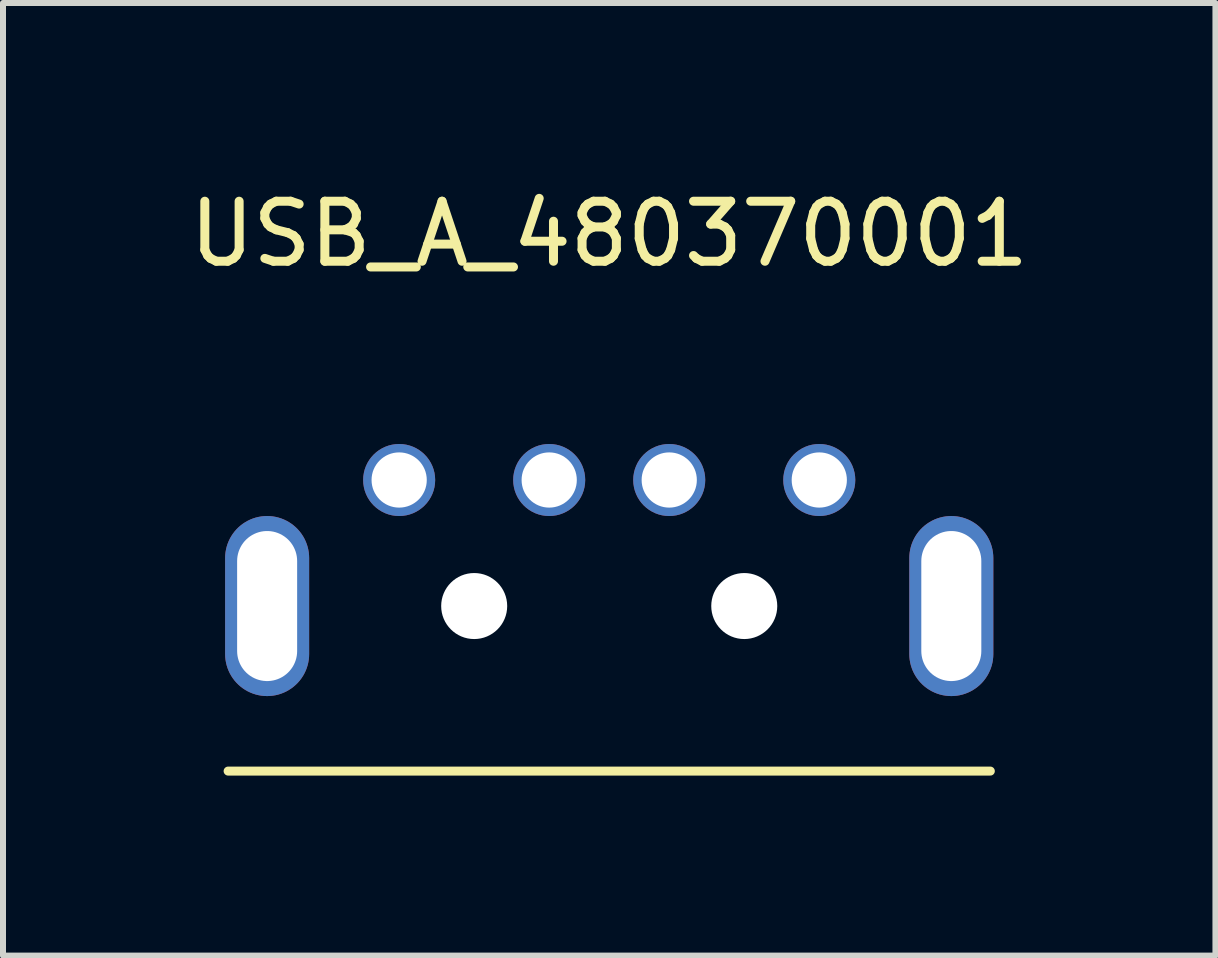
<source format=kicad_pcb>
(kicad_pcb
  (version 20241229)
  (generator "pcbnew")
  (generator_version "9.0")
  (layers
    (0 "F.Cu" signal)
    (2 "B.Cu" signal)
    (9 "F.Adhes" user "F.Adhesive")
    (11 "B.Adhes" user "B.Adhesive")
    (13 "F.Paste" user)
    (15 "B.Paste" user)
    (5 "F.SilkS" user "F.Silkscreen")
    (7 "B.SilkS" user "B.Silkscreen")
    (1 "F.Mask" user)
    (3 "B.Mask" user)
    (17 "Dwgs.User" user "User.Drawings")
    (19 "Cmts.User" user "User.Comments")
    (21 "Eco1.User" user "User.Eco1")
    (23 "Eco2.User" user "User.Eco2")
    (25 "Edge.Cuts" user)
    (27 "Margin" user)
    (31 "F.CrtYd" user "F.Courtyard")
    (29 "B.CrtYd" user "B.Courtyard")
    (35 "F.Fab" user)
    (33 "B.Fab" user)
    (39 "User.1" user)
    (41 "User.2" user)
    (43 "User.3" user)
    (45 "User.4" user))
  (footprint "USB_A_480370001"
    (layer "F.Cu")
    (at 7.101 7.048)
    (property "Reference" "USB_A_480370001" (at 0 -6.2 0) (layer "F.SilkS") (effects (font (size 1 1) (thickness 0.15))))
    (attr through_hole)
    (fp_line (start -6.35 2.75) (end 6.35 2.75) (stroke (width 0.15) (type solid)) (layer "F.SilkS"))
    (pad "" np_thru_hole circle (at -2.25 0) (size 1.1 1.1) (drill 1.1) (layers "*.Cu" "*.Mask"))
    (pad "" np_thru_hole circle (at 2.25 0) (size 1.1 1.1) (drill 1.1) (layers "*.Cu" "*.Mask"))
    (pad "1" thru_hole circle (at 3.5 -2.1) (size 1.2 1.2) (drill 0.92) (layers "*.Cu" "*.Mask"))
    (pad "2" thru_hole circle (at 1 -2.1) (size 1.2 1.2) (drill 0.92) (layers "*.Cu" "*.Mask"))
    (pad "3" thru_hole circle (at -1 -2.1) (size 1.2 1.2) (drill 0.92) (layers "*.Cu" "*.Mask"))
    (pad "4" thru_hole circle (at -3.5 -2.1) (size 1.2 1.2) (drill 0.92) (layers "*.Cu" "*.Mask"))
    (pad "5" thru_hole oval (at -5.7 0) (size 1.4 3) (drill oval 1 2.5) (layers "*.Cu" "*.Mask"))
    (pad "5" thru_hole oval (at 5.7 0) (size 1.4 3) (drill oval 1 2.5) (layers "*.Cu" "*.Mask")))
  (gr_rect
    (start -3 -3)
    (end 17.202 12.873)
    (stroke (width 0.1) (type default))
    (fill no)
    (layer "Edge.Cuts")))
</source>
